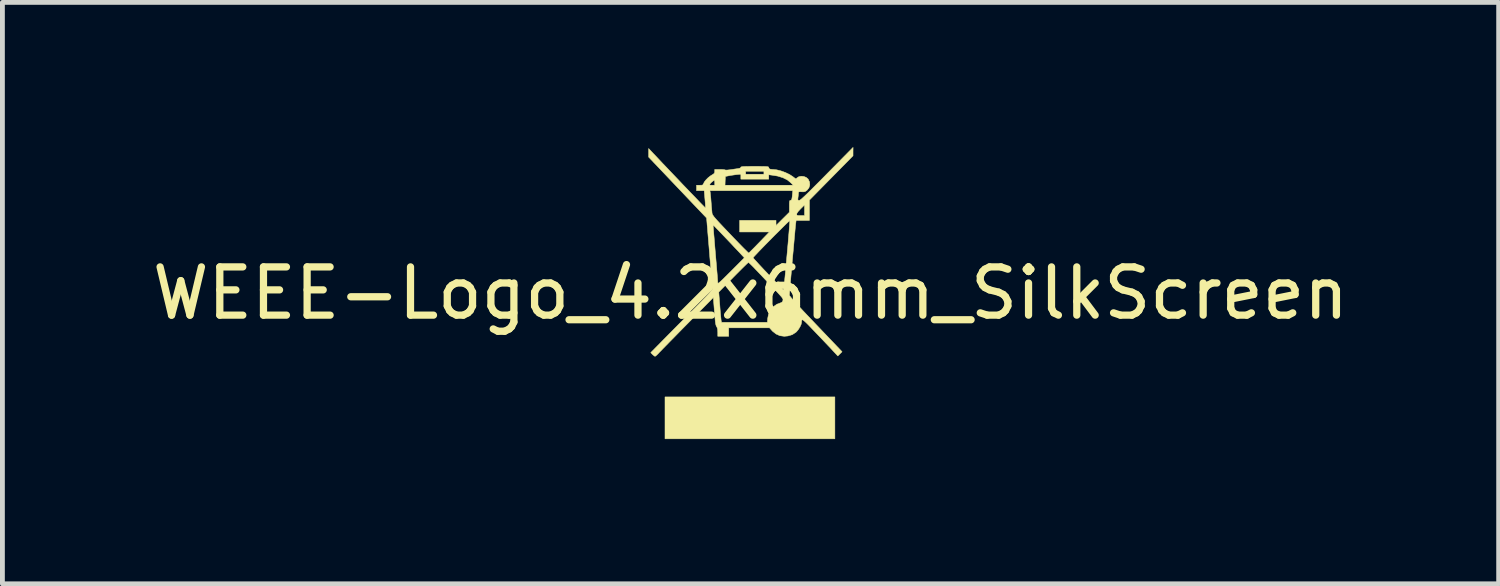
<source format=kicad_pcb>
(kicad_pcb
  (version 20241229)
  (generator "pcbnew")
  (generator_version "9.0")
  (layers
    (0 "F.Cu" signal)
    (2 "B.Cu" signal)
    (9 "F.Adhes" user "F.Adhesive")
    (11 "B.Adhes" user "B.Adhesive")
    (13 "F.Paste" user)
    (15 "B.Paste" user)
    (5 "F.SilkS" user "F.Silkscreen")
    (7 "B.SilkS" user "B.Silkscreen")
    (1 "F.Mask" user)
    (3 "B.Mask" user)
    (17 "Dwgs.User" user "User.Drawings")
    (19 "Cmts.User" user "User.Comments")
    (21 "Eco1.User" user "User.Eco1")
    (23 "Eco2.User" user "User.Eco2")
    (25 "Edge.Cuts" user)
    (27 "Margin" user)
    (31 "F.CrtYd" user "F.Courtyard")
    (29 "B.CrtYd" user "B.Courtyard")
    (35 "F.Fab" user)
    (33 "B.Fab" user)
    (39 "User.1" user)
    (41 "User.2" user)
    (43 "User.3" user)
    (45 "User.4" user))
  (footprint "WEEE-Logo_4.2x6mm_SilkScreen"
    (layer "F.Cu")
    (at 12.506 3.027)
    (property "Reference" "WEEE-Logo_4.2x6mm_SilkScreen" (at 0 0 0) (layer "F.SilkS") (effects (font (size 1 1) (thickness 0.15))))
    (attr exclude_from_pos_files exclude_from_bom allow_missing_courtyard)
    (fp_poly (pts (xy 1.748 3.018) (xy -1.773 3.018) (xy -1.773 2.15) (xy 1.748 2.15) (xy 1.748 3.018)) (stroke (width 0.01) (type solid)) (fill yes) (layer "F.SilkS"))
    (fp_poly (pts (xy 2.124 -2.935) (xy 2.124 -2.848) (xy 1.672 -2.389) (xy 1.22 -1.93) (xy 1.22 -1.72) (xy 1.22 -1.509) (xy 0.945 -1.509) (xy 0.938 -1.455) (xy 0.935 -1.431) (xy 0.93 -1.385) (xy 0.924 -1.321) (xy 0.917 -1.24) (xy 0.908 -1.146) (xy 0.899 -1.041) (xy 0.889 -0.929) (xy 0.878 -0.811) (xy 0.867 -0.692) (xy 0.857 -0.572) (xy 0.847 -0.456) (xy 0.837 -0.345) (xy 0.828 -0.243) (xy 0.821 -0.153) (xy 0.814 -0.076) (xy 0.809 -0.017) (xy 0.806 0.024) (xy 0.805 0.042) (xy 0.805 0.042) (xy 0.813 0.056) (xy 0.836 0.086) (xy 0.875 0.131) (xy 0.93 0.193) (xy 1.001 0.27) (xy 1.089 0.365) (xy 1.194 0.476) (xy 1.317 0.605) (xy 1.351 0.641) (xy 1.897 1.213) (xy 1.809 1.301) (xy 1.737 1.224) (xy 1.711 1.196) (xy 1.671 1.152) (xy 1.618 1.096) (xy 1.556 1.031) (xy 1.487 0.958) (xy 1.414 0.882) (xy 1.371 0.837) (xy 1.289 0.751) (xy 1.224 0.683) (xy 1.172 0.63) (xy 1.132 0.592) (xy 1.103 0.567) (xy 1.083 0.554) (xy 1.07 0.552) (xy 1.062 0.56) (xy 1.059 0.575) (xy 1.057 0.598) (xy 1.057 0.604) (xy 1.048 0.647) (xy 1.024 0.699) (xy 0.992 0.751) (xy 0.955 0.796) (xy 0.94 0.81) (xy 0.865 0.859) (xy 0.776 0.886) (xy 0.698 0.893) (xy 0.609 0.881) (xy 0.528 0.845) (xy 0.455 0.787) (xy 0.442 0.772) (xy 0.393 0.717) (xy -0.453 0.717) (xy -0.453 0.893) (xy -0.679 0.893) (xy -0.679 0.811) (xy -0.682 0.754) (xy -0.691 0.715) (xy -0.703 0.694) (xy -0.711 0.679) (xy -0.718 0.657) (xy -0.725 0.625) (xy -0.731 0.58) (xy -0.737 0.518) (xy -0.744 0.436) (xy -0.749 0.375) (xy -0.771 0.089) (xy -1.314 0.639) (xy -1.412 0.738) (xy -1.506 0.834) (xy -1.594 0.924) (xy -1.675 1.006) (xy -1.747 1.08) (xy -1.809 1.143) (xy -1.857 1.193) (xy -1.892 1.228) (xy -1.91 1.248) (xy -1.941 1.279) (xy -1.966 1.301) (xy -1.98 1.308) (xy -1.997 1.299) (xy -2.022 1.278) (xy -2.031 1.27) (xy -2.068 1.232) (xy -1.867 1.028) (xy -1.816 0.976) (xy -1.75 0.909) (xy -1.672 0.83) (xy -1.585 0.742) (xy -1.492 0.648) (xy -1.395 0.551) (xy -1.298 0.453) (xy -1.229 0.383) (xy -1.124 0.277) (xy -1.035 0.186) (xy -0.962 0.111) (xy -0.904 0.05) (xy -0.859 0.001) (xy -0.837 -0.024) (xy -0.659 -0.024) (xy -0.636 0.262) (xy -0.63 0.345) (xy -0.623 0.422) (xy -0.617 0.487) (xy -0.612 0.537) (xy -0.609 0.568) (xy -0.607 0.575) (xy -0.601 0.604) (xy 0.349 0.604) (xy 0.355 0.525) (xy 0.374 0.431) (xy 0.414 0.349) (xy 0.473 0.28) (xy 0.547 0.228) (xy 0.63 0.197) (xy 0.657 0.182) (xy 0.671 0.151) (xy 0.671 0.149) (xy 0.673 0.136) (xy 0.671 0.123) (xy 0.663 0.106) (xy 0.648 0.084) (xy 0.623 0.055) (xy 0.587 0.015) (xy 0.538 -0.038) (xy 0.473 -0.107) (xy 0.468 -0.111) (xy 0.399 -0.184) (xy 0.324 -0.263) (xy 0.251 -0.34) (xy 0.183 -0.412) (xy 0.126 -0.472) (xy 0.113 -0.485) (xy 0.065 -0.536) (xy 0.021 -0.58) (xy -0.013 -0.613) (xy -0.036 -0.633) (xy -0.044 -0.637) (xy -0.056 -0.628) (xy -0.083 -0.603) (xy -0.123 -0.564) (xy -0.175 -0.513) (xy -0.235 -0.453) (xy -0.303 -0.385) (xy -0.358 -0.329) (xy -0.659 -0.024) (xy -0.837 -0.024) (xy -0.827 -0.036) (xy -0.805 -0.062) (xy -0.794 -0.08) (xy -0.792 -0.088) (xy -0.793 -0.106) (xy -0.796 -0.147) (xy -0.8 -0.208) (xy -0.806 -0.287) (xy -0.814 -0.382) (xy -0.823 -0.49) (xy -0.832 -0.609) (xy -0.843 -0.737) (xy -0.851 -0.839) (xy -0.899 -1.415) (xy -0.776 -1.415) (xy -0.775 -1.403) (xy -0.773 -1.368) (xy -0.768 -1.313) (xy -0.763 -1.24) (xy -0.755 -1.152) (xy -0.747 -1.052) (xy -0.738 -0.941) (xy -0.729 -0.836) (xy -0.719 -0.717) (xy -0.709 -0.604) (xy -0.701 -0.501) (xy -0.693 -0.41) (xy -0.687 -0.333) (xy -0.683 -0.274) (xy -0.68 -0.235) (xy -0.679 -0.22) (xy -0.678 -0.211) (xy -0.673 -0.207) (xy -0.663 -0.211) (xy -0.646 -0.223) (xy -0.62 -0.245) (xy -0.583 -0.28) (xy -0.534 -0.328) (xy -0.471 -0.391) (xy -0.403 -0.458) (xy -0.128 -0.734) (xy -0.13 -0.736) (xy 0.053 -0.736) (xy 0.061 -0.724) (xy 0.084 -0.697) (xy 0.12 -0.658) (xy 0.166 -0.607) (xy 0.22 -0.549) (xy 0.28 -0.485) (xy 0.343 -0.419) (xy 0.407 -0.351) (xy 0.47 -0.285) (xy 0.529 -0.224) (xy 0.582 -0.169) (xy 0.626 -0.124) (xy 0.66 -0.09) (xy 0.681 -0.07) (xy 0.686 -0.066) (xy 0.688 -0.079) (xy 0.692 -0.115) (xy 0.698 -0.171) (xy 0.705 -0.246) (xy 0.714 -0.337) (xy 0.724 -0.441) (xy 0.734 -0.557) (xy 0.746 -0.683) (xy 0.755 -0.784) (xy 0.767 -0.916) (xy 0.778 -1.039) (xy 0.787 -1.153) (xy 0.796 -1.255) (xy 0.803 -1.343) (xy 0.808 -1.413) (xy 0.812 -1.465) (xy 0.814 -1.496) (xy 0.814 -1.504) (xy 0.804 -1.497) (xy 0.778 -1.474) (xy 0.74 -1.438) (xy 0.691 -1.39) (xy 0.633 -1.332) (xy 0.569 -1.268) (xy 0.5 -1.2) (xy 0.429 -1.128) (xy 0.359 -1.057) (xy 0.29 -0.987) (xy 0.227 -0.922) (xy 0.17 -0.863) (xy 0.122 -0.812) (xy 0.085 -0.773) (xy 0.061 -0.747) (xy 0.053 -0.736) (xy -0.13 -0.736) (xy -0.23 -0.844) (xy -0.283 -0.9) (xy -0.342 -0.962) (xy -0.404 -1.029) (xy -0.469 -1.097) (xy -0.533 -1.164) (xy -0.594 -1.228) (xy -0.65 -1.287) (xy -0.699 -1.337) (xy -0.737 -1.377) (xy -0.764 -1.404) (xy -0.775 -1.415) (xy -0.776 -1.415) (xy -0.899 -1.415) (xy -0.911 -1.559) (xy -1.512 -2.191) (xy -2.112 -2.822) (xy -2.112 -2.911) (xy -2.112 -2.999) (xy -2.015 -2.895) (xy -1.96 -2.838) (xy -1.896 -2.77) (xy -1.824 -2.693) (xy -1.745 -2.611) (xy -1.662 -2.523) (xy -1.576 -2.433) (xy -1.489 -2.342) (xy -1.403 -2.251) (xy -1.318 -2.163) (xy -1.238 -2.079) (xy -1.163 -2.002) (xy -1.096 -1.932) (xy -1.039 -1.872) (xy -0.992 -1.824) (xy -0.957 -1.789) (xy -0.938 -1.77) (xy -0.933 -1.766) (xy -0.933 -1.779) (xy -0.935 -1.813) (xy -0.938 -1.862) (xy -0.943 -1.923) (xy -0.945 -1.947) (xy -0.96 -2.125) (xy -0.843 -2.125) (xy -0.837 -2.097) (xy -0.834 -2.074) (xy -0.83 -2.032) (xy -0.824 -1.976) (xy -0.819 -1.91) (xy -0.817 -1.886) (xy -0.812 -1.817) (xy -0.806 -1.752) (xy -0.801 -1.698) (xy -0.798 -1.662) (xy -0.797 -1.655) (xy -0.793 -1.642) (xy -0.786 -1.626) (xy -0.773 -1.606) (xy -0.754 -1.58) (xy -0.726 -1.547) (xy -0.688 -1.504) (xy -0.638 -1.45) (xy -0.575 -1.383) (xy -0.497 -1.301) (xy -0.418 -1.218) (xy -0.34 -1.136) (xy -0.266 -1.06) (xy -0.2 -0.992) (xy -0.142 -0.933) (xy -0.095 -0.887) (xy -0.061 -0.853) (xy -0.041 -0.835) (xy -0.037 -0.833) (xy -0.026 -0.842) (xy 0.000029 -0.868) (xy 0.038 -0.906) (xy 0.087 -0.955) (xy 0.142 -1.012) (xy 0.182 -1.053) (xy 0.392 -1.27) (xy -0.226 -1.27) (xy -0.226 -1.509) (xy 0.528 -1.509) (xy 0.528 -1.402) (xy 0.666 -1.54) (xy 0.765 -1.638) (xy 0.956 -1.638) (xy 0.957 -1.623) (xy 0.967 -1.614) (xy 0.989 -1.61) (xy 1.03 -1.61) (xy 1.037 -1.61) (xy 1.119 -1.61) (xy 1.119 -1.829) (xy 1.037 -1.748) (xy 0.991 -1.699) (xy 0.964 -1.661) (xy 0.956 -1.638) (xy 0.765 -1.638) (xy 0.805 -1.678) (xy 0.805 -1.801) (xy 0.805 -1.858) (xy 0.807 -1.893) (xy 0.811 -1.913) (xy 0.818 -1.922) (xy 0.829 -1.924) (xy 0.841 -1.927) (xy 0.85 -1.937) (xy 0.857 -1.96) (xy 0.863 -1.998) (xy 0.869 -2.057) (xy 0.871 -2.078) (xy 0.875 -2.125) (xy -0.843 -2.125) (xy -0.96 -2.125) (xy -1.119 -2.125) (xy -1.119 -2.238) (xy -1.051 -2.238) (xy -1.012 -2.239) (xy -0.99 -2.245) (xy -0.987 -2.248) (xy -0.849 -2.248) (xy -0.841 -2.241) (xy -0.816 -2.238) (xy -0.799 -2.238) (xy -0.742 -2.238) (xy -0.529 -2.238) (xy 0.885 -2.238) (xy 0.837 -2.287) (xy 0.763 -2.348) (xy 0.671 -2.394) (xy 0.56 -2.428) (xy 0.45 -2.446) (xy 0.377 -2.455) (xy 0.377 -2.364) (xy -0.201 -2.364) (xy -0.201 -2.467) (xy -0.286 -2.459) (xy -0.345 -2.451) (xy -0.409 -2.442) (xy -0.446 -2.435) (xy -0.522 -2.42) (xy -0.526 -2.329) (xy -0.529 -2.238) (xy -0.742 -2.238) (xy -0.742 -2.289) (xy -0.744 -2.32) (xy -0.748 -2.338) (xy -0.749 -2.339) (xy -0.768 -2.331) (xy -0.795 -2.311) (xy -0.822 -2.287) (xy -0.841 -2.265) (xy -0.843 -2.262) (xy -0.849 -2.248) (xy -0.987 -2.248) (xy -0.98 -2.257) (xy -0.975 -2.27) (xy -0.958 -2.305) (xy -0.925 -2.347) (xy -0.882 -2.391) (xy -0.834 -2.429) (xy -0.803 -2.449) (xy -0.767 -2.471) (xy -0.749 -2.49) (xy -0.742 -2.511) (xy -0.742 -2.524) (xy -0.742 -2.527) (xy -0.101 -2.527) (xy -0.101 -2.465) (xy 0.277 -2.465) (xy 0.277 -2.527) (xy -0.101 -2.527) (xy -0.742 -2.527) (xy -0.742 -2.565) (xy -0.636 -2.565) (xy -0.587 -2.564) (xy -0.549 -2.561) (xy -0.528 -2.556) (xy -0.526 -2.555) (xy -0.513 -2.552) (xy -0.48 -2.553) (xy -0.434 -2.558) (xy -0.402 -2.562) (xy -0.345 -2.571) (xy -0.293 -2.578) (xy -0.254 -2.584) (xy -0.242 -2.586) (xy -0.212 -2.595) (xy -0.201 -2.61) (xy -0.198 -2.616) (xy -0.186 -2.62) (xy -0.163 -2.624) (xy -0.126 -2.626) (xy -0.072 -2.627) (xy 0.001 -2.628) (xy 0.088 -2.628) (xy 0.181 -2.628) (xy 0.251 -2.627) (xy 0.302 -2.626) (xy 0.337 -2.624) (xy 0.359 -2.621) (xy 0.371 -2.617) (xy 0.376 -2.611) (xy 0.377 -2.604) (xy 0.385 -2.582) (xy 0.41 -2.57) (xy 0.456 -2.565) (xy 0.464 -2.565) (xy 0.542 -2.557) (xy 0.63 -2.535) (xy 0.721 -2.502) (xy 0.807 -2.461) (xy 0.879 -2.414) (xy 0.888 -2.407) (xy 0.919 -2.383) (xy 0.937 -2.373) (xy 0.949 -2.377) (xy 0.962 -2.389) (xy 1 -2.414) (xy 1.05 -2.424) (xy 1.104 -2.419) (xy 1.153 -2.4) (xy 1.191 -2.368) (xy 1.194 -2.365) (xy 1.223 -2.305) (xy 1.228 -2.244) (xy 1.211 -2.186) (xy 1.171 -2.135) (xy 1.166 -2.131) (xy 1.138 -2.111) (xy 1.11 -2.102) (xy 1.07 -2.101) (xy 1.06 -2.102) (xy 1.021 -2.103) (xy 1.001 -2.1) (xy 0.994 -2.09) (xy 0.993 -2.081) (xy 0.992 -2.054) (xy 0.988 -2.014) (xy 0.985 -1.99) (xy 0.981 -1.952) (xy 0.983 -1.932) (xy 0.992 -1.925) (xy 1.009 -1.924) (xy 1.019 -1.927) (xy 1.036 -1.938) (xy 1.059 -1.956) (xy 1.091 -1.985) (xy 1.133 -2.024) (xy 1.186 -2.075) (xy 1.251 -2.139) (xy 1.329 -2.217) (xy 1.422 -2.31) (xy 1.531 -2.42) (xy 1.583 -2.473) (xy 2.125 -3.022) (xy 2.124 -2.935)) (stroke (width 0.01) (type solid)) (fill yes) (layer "F.SilkS")))
  (gr_rect
    (start -3 -3)
    (end 28.012 9.05)
    (stroke (width 0.1) (type default))
    (fill no)
    (layer "Edge.Cuts")))
</source>
